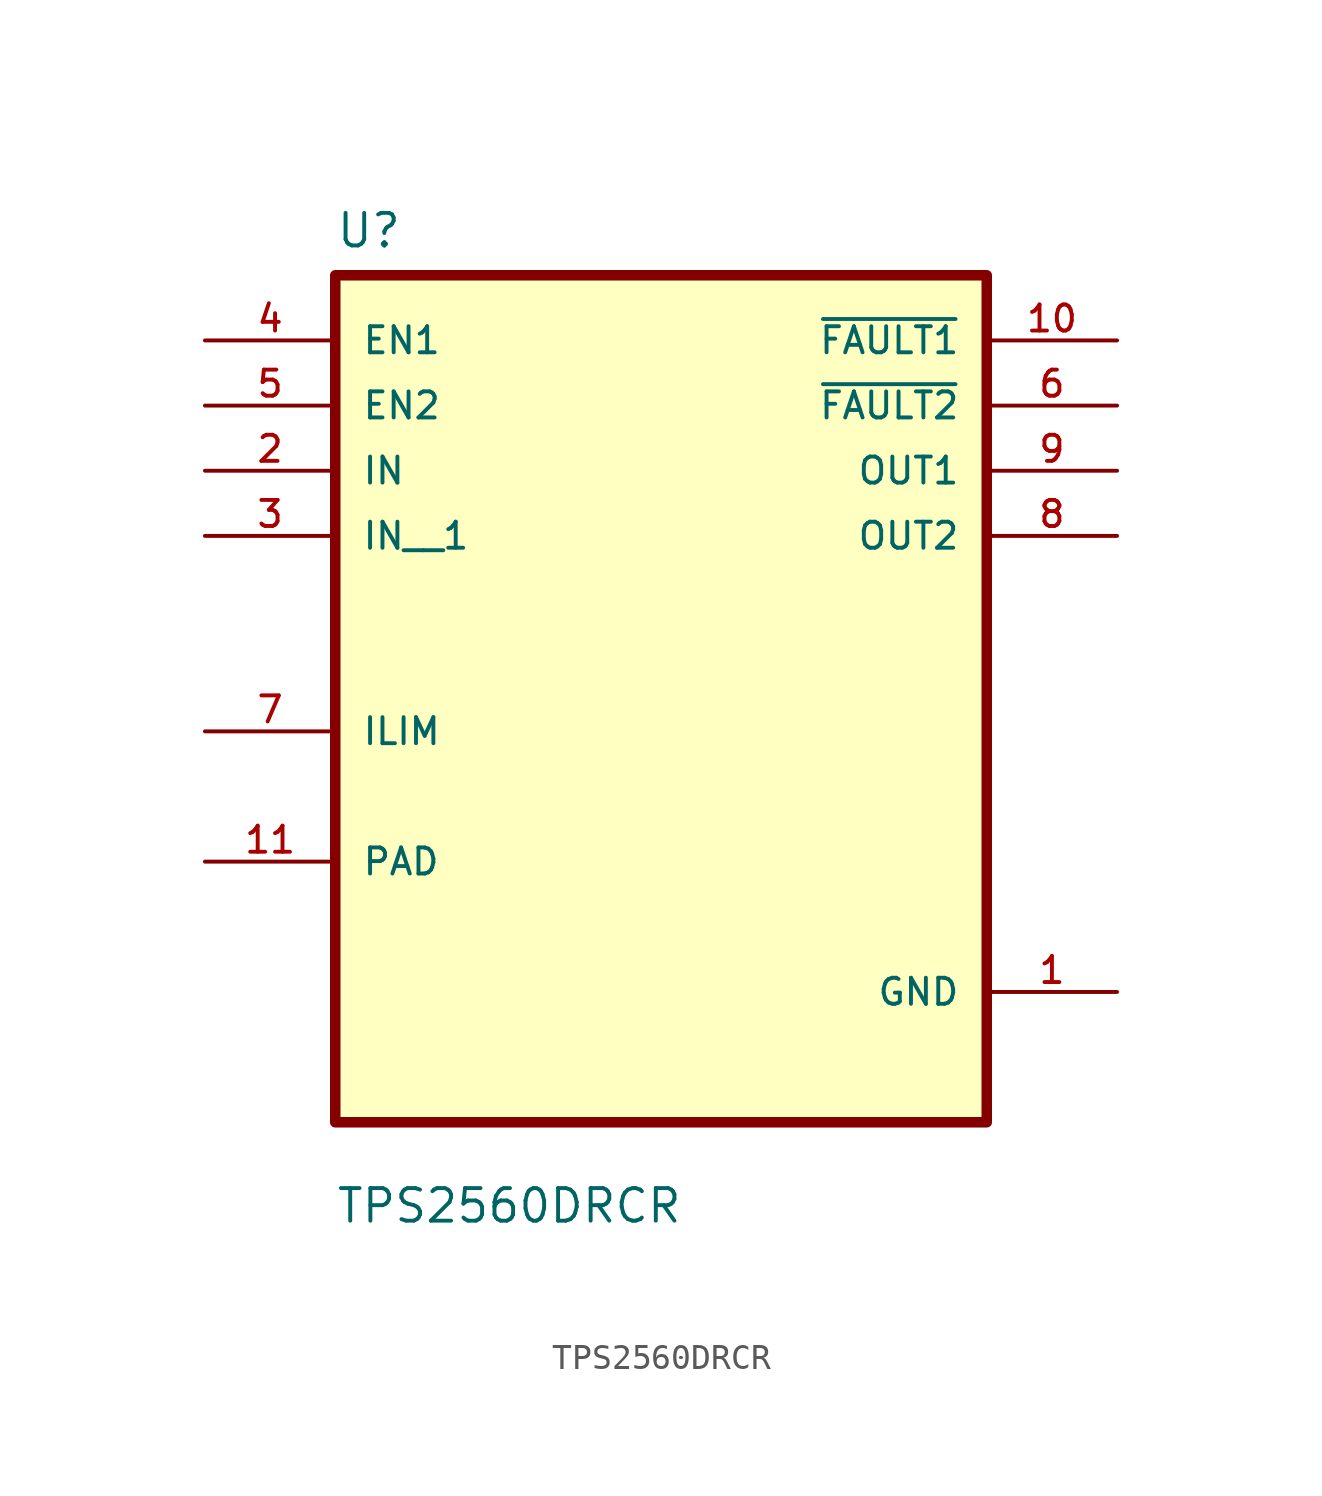
<source format=kicad_sym>
(kicad_symbol_lib
  (version 20211014)
  (generator kicad_symbol_editor)
  (symbol "TPS2560DRCR"
    (pin_names
      (offset 1.016))
    (property "Reference" "U"
      (at -12.7 16.24 0.0)
      (effects (font (size 1.27 1.27)) (justify bottom left)))
    (property "Value" "TPS2560DRCR"
      (at -12.7 -21.78 0.0)
      (effects (font (size 1.27 1.27)) (justify bottom left)))
    (symbol "TPS2560DRCR_0_0"
      (rectangle (start -12.7 -17.78) (end 12.7 15.24) (stroke (width 0.41)) (fill (type background)))
      (pin input line (at -17.78 12.7 0) (length 5.08) (name "EN1" (effects (font (size 1.016 1.016)))) (number "4" (effects (font (size 1.016 1.016)))))
      (pin input line (at -17.78 10.16 0) (length 5.08) (name "EN2" (effects (font (size 1.016 1.016)))) (number "5" (effects (font (size 1.016 1.016)))))
      (pin input line (at -17.78 7.62 0) (length 5.08) (name "IN" (effects (font (size 1.016 1.016)))) (number "2" (effects (font (size 1.016 1.016)))))
      (pin bidirectional line (at -17.78 -2.54 0) (length 5.08) (name "ILIM" (effects (font (size 1.016 1.016)))) (number "7" (effects (font (size 1.016 1.016)))))
      (pin bidirectional line (at -17.78 -7.62 0) (length 5.08) (name "PAD" (effects (font (size 1.016 1.016)))) (number "11" (effects (font (size 1.016 1.016)))))
      (pin output line (at 17.78 12.7 180.0) (length 5.08) (name "~{FAULT1}" (effects (font (size 1.016 1.016)))) (number "10" (effects (font (size 1.016 1.016)))))
      (pin output line (at 17.78 10.16 180.0) (length 5.08) (name "~{FAULT2}" (effects (font (size 1.016 1.016)))) (number "6" (effects (font (size 1.016 1.016)))))
      (pin output line (at 17.78 7.62 180.0) (length 5.08) (name "OUT1" (effects (font (size 1.016 1.016)))) (number "9" (effects (font (size 1.016 1.016)))))
      (pin output line (at 17.78 5.08 180.0) (length 5.08) (name "OUT2" (effects (font (size 1.016 1.016)))) (number "8" (effects (font (size 1.016 1.016)))))
      (pin power_in line (at 17.78 -12.7 180.0) (length 5.08) (name "GND" (effects (font (size 1.016 1.016)))) (number "1" (effects (font (size 1.016 1.016)))))
      (pin input line (at -17.78 5.08 0) (length 5.08) (name "IN__1" (effects (font (size 1.016 1.016)))) (number "3" (effects (font (size 1.016 1.016))))))))
</source>
